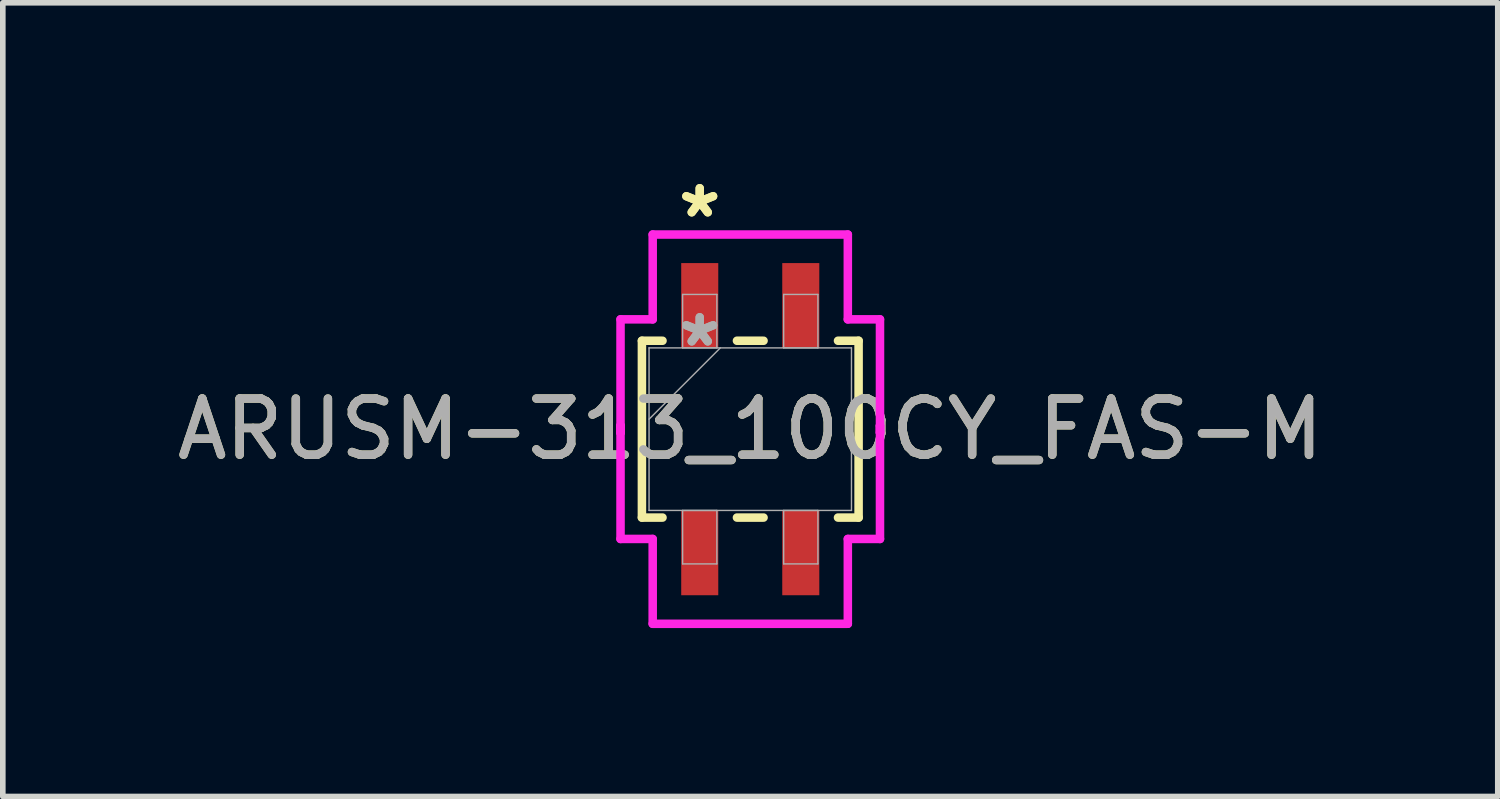
<source format=kicad_pcb>
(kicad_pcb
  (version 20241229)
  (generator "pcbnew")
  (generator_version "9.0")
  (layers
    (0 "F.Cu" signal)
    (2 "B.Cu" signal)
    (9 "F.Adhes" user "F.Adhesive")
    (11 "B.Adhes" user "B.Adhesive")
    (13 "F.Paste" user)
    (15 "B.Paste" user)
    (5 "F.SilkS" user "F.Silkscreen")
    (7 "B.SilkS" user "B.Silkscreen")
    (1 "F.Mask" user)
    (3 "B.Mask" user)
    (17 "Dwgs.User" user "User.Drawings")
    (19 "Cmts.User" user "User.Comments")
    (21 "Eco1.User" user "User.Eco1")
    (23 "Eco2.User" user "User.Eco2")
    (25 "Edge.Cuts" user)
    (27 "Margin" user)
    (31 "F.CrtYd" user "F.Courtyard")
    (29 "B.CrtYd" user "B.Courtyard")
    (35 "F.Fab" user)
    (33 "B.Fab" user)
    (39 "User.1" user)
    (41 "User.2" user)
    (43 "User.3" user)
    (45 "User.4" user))
  (footprint "ARUSM-313_100CY_FAS-M"
    (layer "F.Cu")
    (at 10.315 4.595)
    (property "Reference" "ARUSM-313_100CY_FAS-M" (at 0 0 0) (unlocked yes) (layer "F.SilkS") (effects (font (size 1 1) (thickness 0.15))))
    (attr smd)
    (fp_line (start -1.93 -1.575) (end -1.93 1.575) (stroke (width 0.152) (type solid)) (layer "F.SilkS"))
    (fp_line (start -1.93 1.575) (end -1.563 1.575) (stroke (width 0.152) (type solid)) (layer "F.SilkS"))
    (fp_line (start -1.563 -1.575) (end -1.93 -1.575) (stroke (width 0.152) (type solid)) (layer "F.SilkS"))
    (fp_line (start -0.237 1.575) (end 0.237 1.575) (stroke (width 0.152) (type solid)) (layer "F.SilkS"))
    (fp_line (start 0.237 -1.575) (end -0.237 -1.575) (stroke (width 0.152) (type solid)) (layer "F.SilkS"))
    (fp_line (start 1.563 1.575) (end 1.93 1.575) (stroke (width 0.152) (type solid)) (layer "F.SilkS"))
    (fp_line (start 1.93 -1.575) (end 1.563 -1.575) (stroke (width 0.152) (type solid)) (layer "F.SilkS"))
    (fp_line (start 1.93 1.575) (end 1.93 -1.575) (stroke (width 0.152) (type solid)) (layer "F.SilkS"))
    (fp_line (start -2.311 -1.956) (end -1.738 -1.956) (stroke (width 0.152) (type solid)) (layer "F.CrtYd"))
    (fp_line (start -2.311 -0.062) (end -2.311 -0.062) (stroke (width 0.152) (type solid)) (layer "F.CrtYd"))
    (fp_line (start -2.311 -0.062) (end -2.311 0.062) (stroke (width 0.152) (type solid)) (layer "F.CrtYd"))
    (fp_line (start -2.311 0.062) (end -2.311 -1.956) (stroke (width 0.152) (type solid)) (layer "F.CrtYd"))
    (fp_line (start -2.311 0.062) (end -2.311 0.062) (stroke (width 0.152) (type solid)) (layer "F.CrtYd"))
    (fp_line (start -2.311 1.956) (end -2.311 -0.062) (stroke (width 0.152) (type solid)) (layer "F.CrtYd"))
    (fp_line (start -2.311 1.956) (end -1.738 1.956) (stroke (width 0.152) (type solid)) (layer "F.CrtYd"))
    (fp_line (start -1.738 -3.467) (end 1.738 -3.467) (stroke (width 0.152) (type solid)) (layer "F.CrtYd"))
    (fp_line (start -1.738 -1.956) (end -1.738 -3.467) (stroke (width 0.152) (type solid)) (layer "F.CrtYd"))
    (fp_line (start -1.738 1.956) (end -1.738 3.467) (stroke (width 0.152) (type solid)) (layer "F.CrtYd"))
    (fp_line (start -1.738 3.467) (end 1.738 3.467) (stroke (width 0.152) (type solid)) (layer "F.CrtYd"))
    (fp_line (start 1.738 -3.467) (end 1.738 -1.956) (stroke (width 0.152) (type solid)) (layer "F.CrtYd"))
    (fp_line (start 1.738 -1.956) (end 2.311 -1.956) (stroke (width 0.152) (type solid)) (layer "F.CrtYd"))
    (fp_line (start 1.738 1.956) (end 2.311 1.956) (stroke (width 0.152) (type solid)) (layer "F.CrtYd"))
    (fp_line (start 1.738 3.467) (end 1.738 1.956) (stroke (width 0.152) (type solid)) (layer "F.CrtYd"))
    (fp_line (start 2.311 -0.062) (end 2.311 -0.062) (stroke (width 0.152) (type solid)) (layer "F.CrtYd"))
    (fp_line (start 2.311 -0.062) (end 2.311 0.062) (stroke (width 0.152) (type solid)) (layer "F.CrtYd"))
    (fp_line (start 2.311 0.062) (end 2.311 -1.956) (stroke (width 0.152) (type solid)) (layer "F.CrtYd"))
    (fp_line (start 2.311 0.062) (end 2.311 0.062) (stroke (width 0.152) (type solid)) (layer "F.CrtYd"))
    (fp_line (start 2.311 1.956) (end 2.311 -0.062) (stroke (width 0.152) (type solid)) (layer "F.CrtYd"))
    (fp_line (start -1.803 -1.448) (end -1.803 1.448) (stroke (width 0.025) (type solid)) (layer "F.Fab"))
    (fp_line (start -1.803 -0.178) (end -0.533 -1.448) (stroke (width 0.025) (type solid)) (layer "F.Fab"))
    (fp_line (start -1.803 1.448) (end 1.803 1.448) (stroke (width 0.025) (type solid)) (layer "F.Fab"))
    (fp_line (start -1.205 -2.4) (end -1.205 -1.448) (stroke (width 0.025) (type solid)) (layer "F.Fab"))
    (fp_line (start -1.205 -1.448) (end -0.595 -1.448) (stroke (width 0.025) (type solid)) (layer "F.Fab"))
    (fp_line (start -1.205 1.448) (end -1.205 2.4) (stroke (width 0.025) (type solid)) (layer "F.Fab"))
    (fp_line (start -1.205 2.4) (end -0.595 2.4) (stroke (width 0.025) (type solid)) (layer "F.Fab"))
    (fp_line (start -0.595 -2.4) (end -1.205 -2.4) (stroke (width 0.025) (type solid)) (layer "F.Fab"))
    (fp_line (start -0.595 -1.448) (end -0.595 -2.4) (stroke (width 0.025) (type solid)) (layer "F.Fab"))
    (fp_line (start -0.595 1.448) (end -1.205 1.448) (stroke (width 0.025) (type solid)) (layer "F.Fab"))
    (fp_line (start -0.595 2.4) (end -0.595 1.448) (stroke (width 0.025) (type solid)) (layer "F.Fab"))
    (fp_line (start 0.595 -2.4) (end 0.595 -1.448) (stroke (width 0.025) (type solid)) (layer "F.Fab"))
    (fp_line (start 0.595 -1.448) (end 1.205 -1.448) (stroke (width 0.025) (type solid)) (layer "F.Fab"))
    (fp_line (start 0.595 1.448) (end 0.595 2.4) (stroke (width 0.025) (type solid)) (layer "F.Fab"))
    (fp_line (start 0.595 2.4) (end 1.205 2.4) (stroke (width 0.025) (type solid)) (layer "F.Fab"))
    (fp_line (start 1.205 -2.4) (end 0.595 -2.4) (stroke (width 0.025) (type solid)) (layer "F.Fab"))
    (fp_line (start 1.205 -1.448) (end 1.205 -2.4) (stroke (width 0.025) (type solid)) (layer "F.Fab"))
    (fp_line (start 1.205 1.448) (end 0.595 1.448) (stroke (width 0.025) (type solid)) (layer "F.Fab"))
    (fp_line (start 1.205 2.4) (end 1.205 1.448) (stroke (width 0.025) (type solid)) (layer "F.Fab"))
    (fp_line (start 1.803 -1.448) (end -1.803 -1.448) (stroke (width 0.025) (type solid)) (layer "F.Fab"))
    (fp_line (start 1.803 1.448) (end 1.803 -1.448) (stroke (width 0.025) (type solid)) (layer "F.Fab"))
    (fp_text user "*" (at -0.9 -3.747 0) (layer "F.SilkS") (effects (font (size 1 1) (thickness 0.15))))
    (fp_text user "*" (at -0.9 -3.747 0) (unlocked yes) (layer "F.SilkS") (effects (font (size 1 1) (thickness 0.15))))
    (fp_text user "*" (at -0.9 -1.448 0) (unlocked yes) (layer "F.Fab") (effects (font (size 1 1) (thickness 0.15))))
    (fp_text user "*" (at -0.9 -1.448 0) (layer "F.Fab") (effects (font (size 1 1) (thickness 0.15))))
    (fp_text user "${REFERENCE}" (at 0 0 0) (unlocked yes) (layer "F.Fab") (effects (font (size 1 1) (thickness 0.15))))
    (pad "1" smd rect (at -0.9 -2.203) (size 0.66 1.511) (layers "F.Cu" "F.Mask" "F.Paste"))
    (pad "2" smd rect (at -0.9 2.203) (size 0.66 1.511) (layers "F.Cu" "F.Mask" "F.Paste"))
    (pad "3" smd rect (at 0.9 2.203) (size 0.66 1.511) (layers "F.Cu" "F.Mask" "F.Paste"))
    (pad "4" smd rect (at 0.9 -2.203) (size 0.66 1.511) (layers "F.Cu" "F.Mask" "F.Paste")))
  (gr_rect
    (start -3 -3)
    (end 23.631 11.138)
    (stroke (width 0.1) (type default))
    (fill no)
    (layer "Edge.Cuts")))
</source>
